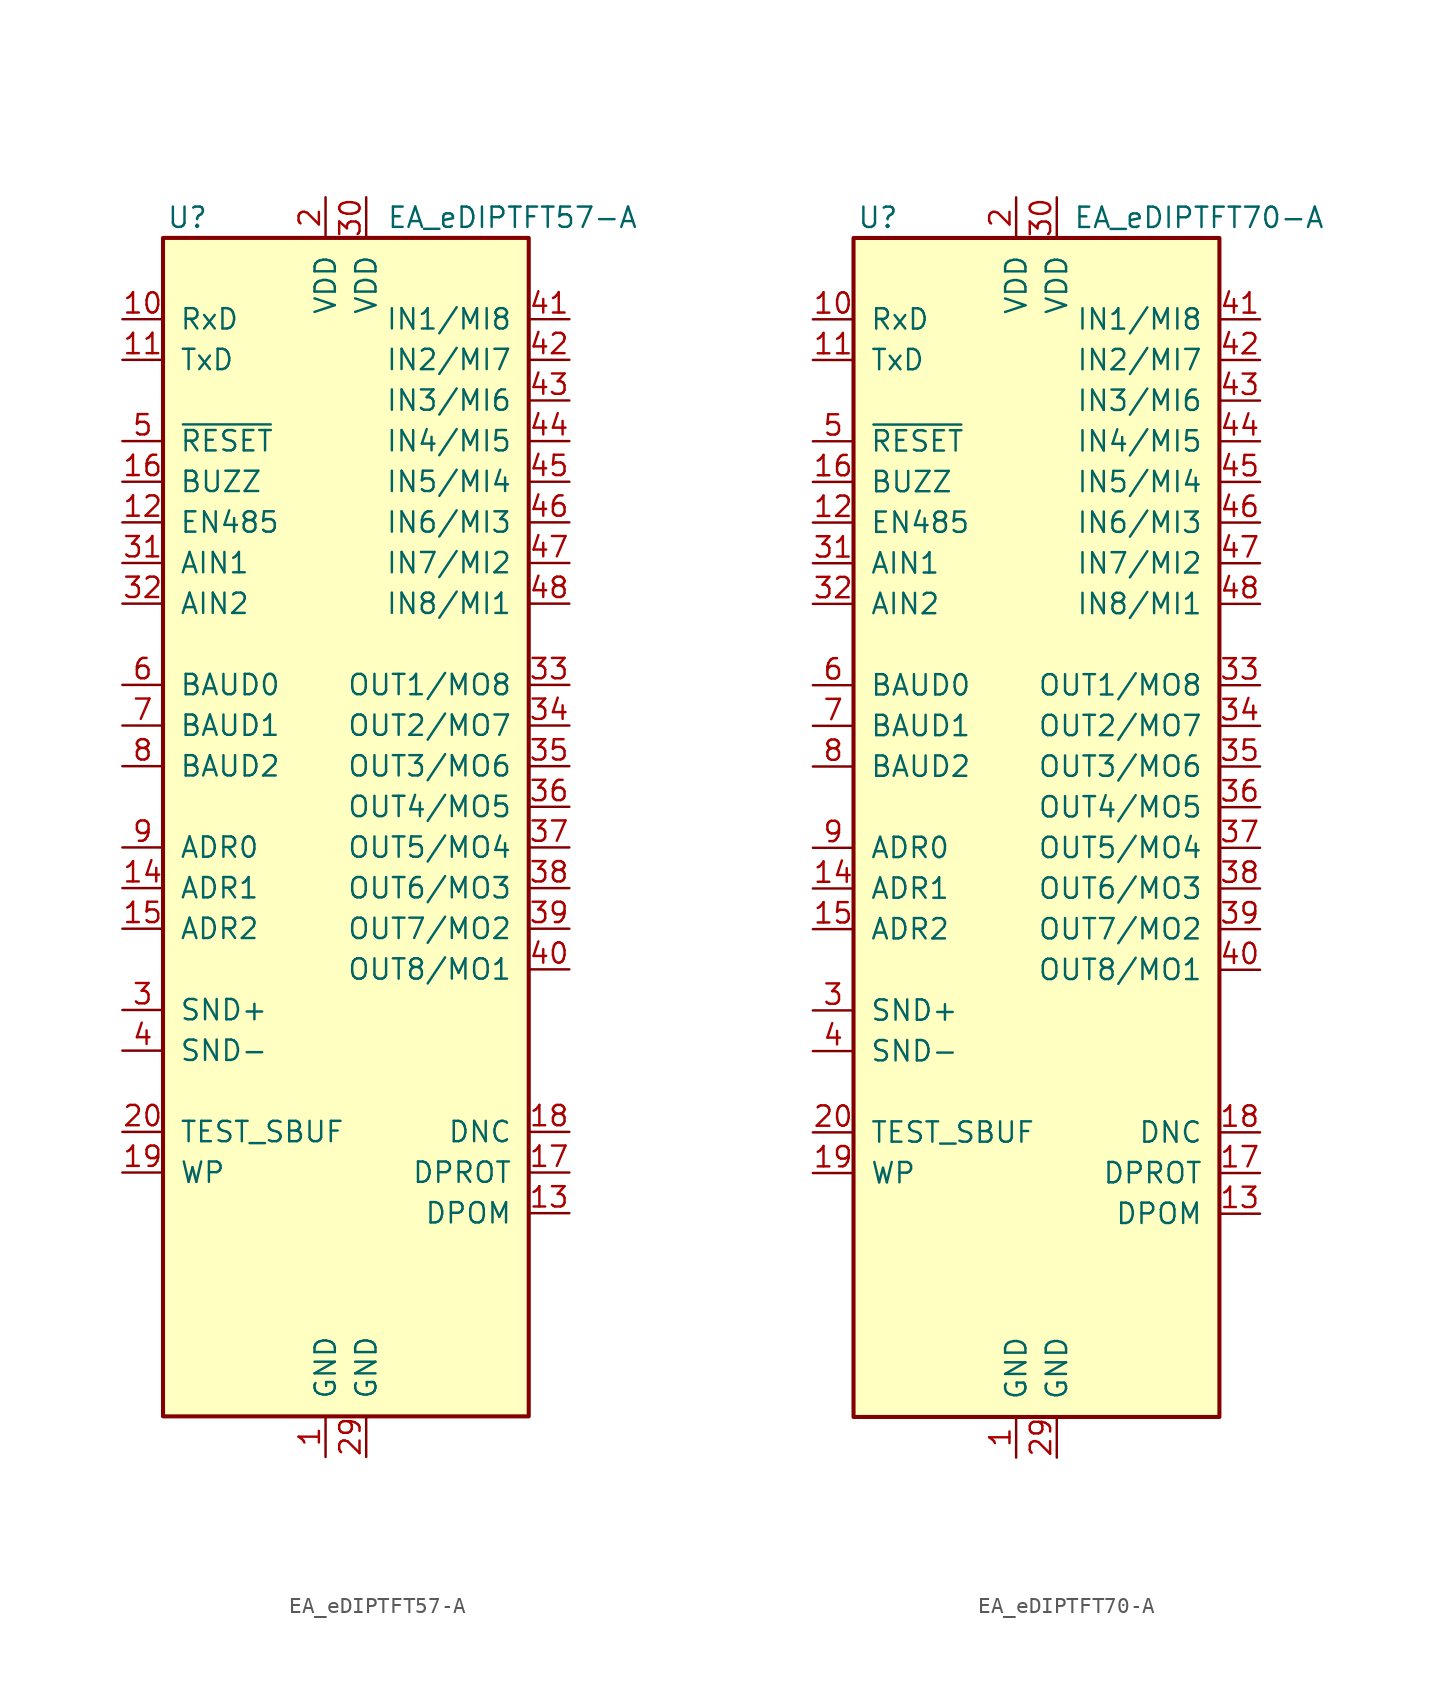
<source format=kicad_sym>
(kicad_symbol_lib
  (version 20211014)
  (generator kicad_symbol_editor)
  (symbol "EA_eDIPTFT57-A"
    (pin_names
      (offset 1.016))
    (property "Reference" "U"
      (at -8.636 36.83 0)
      (effects (font (size 1.27 1.27))))
    (property "Value" "EA_eDIPTFT57-A"
      (at 3.81 36.83 0)
      (effects (font (size 1.27 1.27)) (justify left)))
    (symbol "EA_eDIPTFT57-A_0_1"
      (rectangle (start -10.16 35.56) (end 12.7 -38.1) (stroke (width 0.254) (type default) (color 0 0 0 0)) (fill (type background))))
    (symbol "EA_eDIPTFT57-A_1_1"
      (pin power_in line (at 0 -40.64 90) (length 2.54) (name "GND" (effects (font (size 1.27 1.27)))) (number "1" (effects (font (size 1.27 1.27)))))
      (pin input line (at -12.7 30.48 0) (length 2.54) (name "RxD" (effects (font (size 1.27 1.27)))) (number "10" (effects (font (size 1.27 1.27)))))
      (pin output line (at -12.7 27.94 0) (length 2.54) (name "TxD" (effects (font (size 1.27 1.27)))) (number "11" (effects (font (size 1.27 1.27)))))
      (pin output line (at -12.7 17.78 0) (length 2.54) (name "EN485" (effects (font (size 1.27 1.27)))) (number "12" (effects (font (size 1.27 1.27)))))
      (pin input line (at 15.24 -25.4 180) (length 2.54) (name "DPOM" (effects (font (size 1.27 1.27)))) (number "13" (effects (font (size 1.27 1.27)))))
      (pin input line (at -12.7 -5.08 0) (length 2.54) (name "ADR1" (effects (font (size 1.27 1.27)))) (number "14" (effects (font (size 1.27 1.27)))))
      (pin input line (at -12.7 -7.62 0) (length 2.54) (name "ADR2" (effects (font (size 1.27 1.27)))) (number "15" (effects (font (size 1.27 1.27)))))
      (pin output line (at -12.7 20.32 0) (length 2.54) (name "BUZZ" (effects (font (size 1.27 1.27)))) (number "16" (effects (font (size 1.27 1.27)))))
      (pin input line (at 15.24 -22.86 180) (length 2.54) (name "DPROT" (effects (font (size 1.27 1.27)))) (number "17" (effects (font (size 1.27 1.27)))))
      (pin output line (at 15.24 -20.32 180) (length 2.54) (name "DNC" (effects (font (size 1.27 1.27)))) (number "18" (effects (font (size 1.27 1.27)))))
      (pin input line (at -12.7 -22.86 0) (length 2.54) (name "WP" (effects (font (size 1.27 1.27)))) (number "19" (effects (font (size 1.27 1.27)))))
      (pin power_in line (at 0 38.1 270) (length 2.54) (name "VDD" (effects (font (size 1.27 1.27)))) (number "2" (effects (font (size 1.27 1.27)))))
      (pin bidirectional line (at -12.7 -20.32 0) (length 2.54) (name "TEST_SBUF" (effects (font (size 1.27 1.27)))) (number "20" (effects (font (size 1.27 1.27)))))
      (pin no_connect line (at -10.16 -27.94 0) (length 2.54) hide (name "NC" (effects (font (size 1.27 1.27)))) (number "21" (effects (font (size 1.27 1.27)))))
      (pin no_connect line (at -10.16 -30.48 0) (length 2.54) hide (name "NC" (effects (font (size 1.27 1.27)))) (number "22" (effects (font (size 1.27 1.27)))))
      (pin no_connect line (at -10.16 -33.02 0) (length 2.54) hide (name "NC" (effects (font (size 1.27 1.27)))) (number "23" (effects (font (size 1.27 1.27)))))
      (pin no_connect line (at -10.16 -35.56 0) (length 2.54) hide (name "NC" (effects (font (size 1.27 1.27)))) (number "24" (effects (font (size 1.27 1.27)))))
      (pin no_connect line (at 12.7 -35.56 180) (length 2.54) hide (name "NC" (effects (font (size 1.27 1.27)))) (number "25" (effects (font (size 1.27 1.27)))))
      (pin no_connect line (at 12.7 -33.02 180) (length 2.54) hide (name "NC" (effects (font (size 1.27 1.27)))) (number "26" (effects (font (size 1.27 1.27)))))
      (pin no_connect line (at 12.7 -30.48 180) (length 2.54) hide (name "NC" (effects (font (size 1.27 1.27)))) (number "27" (effects (font (size 1.27 1.27)))))
      (pin no_connect line (at 12.7 -27.94 180) (length 2.54) hide (name "NC" (effects (font (size 1.27 1.27)))) (number "28" (effects (font (size 1.27 1.27)))))
      (pin power_in line (at 2.54 -40.64 90) (length 2.54) (name "GND" (effects (font (size 1.27 1.27)))) (number "29" (effects (font (size 1.27 1.27)))))
      (pin output line (at -12.7 -12.7 0) (length 2.54) (name "SND+" (effects (font (size 1.27 1.27)))) (number "3" (effects (font (size 1.27 1.27)))))
      (pin power_in line (at 2.54 38.1 270) (length 2.54) (name "VDD" (effects (font (size 1.27 1.27)))) (number "30" (effects (font (size 1.27 1.27)))))
      (pin input line (at -12.7 15.24 0) (length 2.54) (name "AIN1" (effects (font (size 1.27 1.27)))) (number "31" (effects (font (size 1.27 1.27)))))
      (pin input line (at -12.7 12.7 0) (length 2.54) (name "AIN2" (effects (font (size 1.27 1.27)))) (number "32" (effects (font (size 1.27 1.27)))))
      (pin output line (at 15.24 7.62 180) (length 2.54) (name "OUT1/MO8" (effects (font (size 1.27 1.27)))) (number "33" (effects (font (size 1.27 1.27)))))
      (pin output line (at 15.24 5.08 180) (length 2.54) (name "OUT2/MO7" (effects (font (size 1.27 1.27)))) (number "34" (effects (font (size 1.27 1.27)))))
      (pin output line (at 15.24 2.54 180) (length 2.54) (name "OUT3/MO6" (effects (font (size 1.27 1.27)))) (number "35" (effects (font (size 1.27 1.27)))))
      (pin output line (at 15.24 0 180) (length 2.54) (name "OUT4/MO5" (effects (font (size 1.27 1.27)))) (number "36" (effects (font (size 1.27 1.27)))))
      (pin output line (at 15.24 -2.54 180) (length 2.54) (name "OUT5/MO4" (effects (font (size 1.27 1.27)))) (number "37" (effects (font (size 1.27 1.27)))))
      (pin output line (at 15.24 -5.08 180) (length 2.54) (name "OUT6/MO3" (effects (font (size 1.27 1.27)))) (number "38" (effects (font (size 1.27 1.27)))))
      (pin output line (at 15.24 -7.62 180) (length 2.54) (name "OUT7/MO2" (effects (font (size 1.27 1.27)))) (number "39" (effects (font (size 1.27 1.27)))))
      (pin input line (at -12.7 -15.24 0) (length 2.54) (name "SND-" (effects (font (size 1.27 1.27)))) (number "4" (effects (font (size 1.27 1.27)))))
      (pin output line (at 15.24 -10.16 180) (length 2.54) (name "OUT8/MO1" (effects (font (size 1.27 1.27)))) (number "40" (effects (font (size 1.27 1.27)))))
      (pin input line (at 15.24 30.48 180) (length 2.54) (name "IN1/MI8" (effects (font (size 1.27 1.27)))) (number "41" (effects (font (size 1.27 1.27)))))
      (pin input line (at 15.24 27.94 180) (length 2.54) (name "IN2/MI7" (effects (font (size 1.27 1.27)))) (number "42" (effects (font (size 1.27 1.27)))))
      (pin input line (at 15.24 25.4 180) (length 2.54) (name "IN3/MI6" (effects (font (size 1.27 1.27)))) (number "43" (effects (font (size 1.27 1.27)))))
      (pin input line (at 15.24 22.86 180) (length 2.54) (name "IN4/MI5" (effects (font (size 1.27 1.27)))) (number "44" (effects (font (size 1.27 1.27)))))
      (pin input line (at 15.24 20.32 180) (length 2.54) (name "IN5/MI4" (effects (font (size 1.27 1.27)))) (number "45" (effects (font (size 1.27 1.27)))))
      (pin input line (at 15.24 17.78 180) (length 2.54) (name "IN6/MI3" (effects (font (size 1.27 1.27)))) (number "46" (effects (font (size 1.27 1.27)))))
      (pin input line (at 15.24 15.24 180) (length 2.54) (name "IN7/MI2" (effects (font (size 1.27 1.27)))) (number "47" (effects (font (size 1.27 1.27)))))
      (pin input line (at 15.24 12.7 180) (length 2.54) (name "IN8/MI1" (effects (font (size 1.27 1.27)))) (number "48" (effects (font (size 1.27 1.27)))))
      (pin input line (at -12.7 22.86 0) (length 2.54) (name "~{RESET}" (effects (font (size 1.27 1.27)))) (number "5" (effects (font (size 1.27 1.27)))))
      (pin input line (at -12.7 7.62 0) (length 2.54) (name "BAUD0" (effects (font (size 1.27 1.27)))) (number "6" (effects (font (size 1.27 1.27)))))
      (pin input line (at -12.7 5.08 0) (length 2.54) (name "BAUD1" (effects (font (size 1.27 1.27)))) (number "7" (effects (font (size 1.27 1.27)))))
      (pin input line (at -12.7 2.54 0) (length 2.54) (name "BAUD2" (effects (font (size 1.27 1.27)))) (number "8" (effects (font (size 1.27 1.27)))))
      (pin input line (at -12.7 -2.54 0) (length 2.54) (name "ADR0" (effects (font (size 1.27 1.27)))) (number "9" (effects (font (size 1.27 1.27)))))))
  (symbol "EA_eDIPTFT70-A"
    (pin_names
      (offset 1.016))
    (property "Reference" "U"
      (at -8.636 36.83 0)
      (effects (font (size 1.27 1.27))))
    (property "Value" "EA_eDIPTFT70-A"
      (at 11.43 36.83 0)
      (effects (font (size 1.27 1.27))))
    (symbol "EA_eDIPTFT70-A_0_1"
      (rectangle (start -10.16 35.56) (end 12.7 -38.1) (stroke (width 0.254) (type default) (color 0 0 0 0)) (fill (type background))))
    (symbol "EA_eDIPTFT70-A_1_1"
      (pin power_in line (at 0 -40.64 90) (length 2.54) (name "GND" (effects (font (size 1.27 1.27)))) (number "1" (effects (font (size 1.27 1.27)))))
      (pin input line (at -12.7 30.48 0) (length 2.54) (name "RxD" (effects (font (size 1.27 1.27)))) (number "10" (effects (font (size 1.27 1.27)))))
      (pin output line (at -12.7 27.94 0) (length 2.54) (name "TxD" (effects (font (size 1.27 1.27)))) (number "11" (effects (font (size 1.27 1.27)))))
      (pin output line (at -12.7 17.78 0) (length 2.54) (name "EN485" (effects (font (size 1.27 1.27)))) (number "12" (effects (font (size 1.27 1.27)))))
      (pin input line (at 15.24 -25.4 180) (length 2.54) (name "DPOM" (effects (font (size 1.27 1.27)))) (number "13" (effects (font (size 1.27 1.27)))))
      (pin input line (at -12.7 -5.08 0) (length 2.54) (name "ADR1" (effects (font (size 1.27 1.27)))) (number "14" (effects (font (size 1.27 1.27)))))
      (pin input line (at -12.7 -7.62 0) (length 2.54) (name "ADR2" (effects (font (size 1.27 1.27)))) (number "15" (effects (font (size 1.27 1.27)))))
      (pin output line (at -12.7 20.32 0) (length 2.54) (name "BUZZ" (effects (font (size 1.27 1.27)))) (number "16" (effects (font (size 1.27 1.27)))))
      (pin input line (at 15.24 -22.86 180) (length 2.54) (name "DPROT" (effects (font (size 1.27 1.27)))) (number "17" (effects (font (size 1.27 1.27)))))
      (pin output line (at 15.24 -20.32 180) (length 2.54) (name "DNC" (effects (font (size 1.27 1.27)))) (number "18" (effects (font (size 1.27 1.27)))))
      (pin input line (at -12.7 -22.86 0) (length 2.54) (name "WP" (effects (font (size 1.27 1.27)))) (number "19" (effects (font (size 1.27 1.27)))))
      (pin power_in line (at 0 38.1 270) (length 2.54) (name "VDD" (effects (font (size 1.27 1.27)))) (number "2" (effects (font (size 1.27 1.27)))))
      (pin bidirectional line (at -12.7 -20.32 0) (length 2.54) (name "TEST_SBUF" (effects (font (size 1.27 1.27)))) (number "20" (effects (font (size 1.27 1.27)))))
      (pin no_connect line (at -10.16 -27.94 0) (length 2.54) hide (name "NC" (effects (font (size 1.27 1.27)))) (number "21" (effects (font (size 1.27 1.27)))))
      (pin no_connect line (at -10.16 -30.48 0) (length 2.54) hide (name "NC" (effects (font (size 1.27 1.27)))) (number "22" (effects (font (size 1.27 1.27)))))
      (pin no_connect line (at -10.16 -33.02 0) (length 2.54) hide (name "NC" (effects (font (size 1.27 1.27)))) (number "23" (effects (font (size 1.27 1.27)))))
      (pin no_connect line (at -10.16 -35.56 0) (length 2.54) hide (name "NC" (effects (font (size 1.27 1.27)))) (number "24" (effects (font (size 1.27 1.27)))))
      (pin no_connect line (at 12.7 -35.56 180) (length 2.54) hide (name "NC" (effects (font (size 1.27 1.27)))) (number "25" (effects (font (size 1.27 1.27)))))
      (pin no_connect line (at 12.7 -33.02 180) (length 2.54) hide (name "NC" (effects (font (size 1.27 1.27)))) (number "26" (effects (font (size 1.27 1.27)))))
      (pin no_connect line (at 12.7 -30.48 180) (length 2.54) hide (name "NC" (effects (font (size 1.27 1.27)))) (number "27" (effects (font (size 1.27 1.27)))))
      (pin no_connect line (at 12.7 -27.94 180) (length 2.54) hide (name "NC" (effects (font (size 1.27 1.27)))) (number "28" (effects (font (size 1.27 1.27)))))
      (pin power_in line (at 2.54 -40.64 90) (length 2.54) (name "GND" (effects (font (size 1.27 1.27)))) (number "29" (effects (font (size 1.27 1.27)))))
      (pin output line (at -12.7 -12.7 0) (length 2.54) (name "SND+" (effects (font (size 1.27 1.27)))) (number "3" (effects (font (size 1.27 1.27)))))
      (pin power_in line (at 2.54 38.1 270) (length 2.54) (name "VDD" (effects (font (size 1.27 1.27)))) (number "30" (effects (font (size 1.27 1.27)))))
      (pin input line (at -12.7 15.24 0) (length 2.54) (name "AIN1" (effects (font (size 1.27 1.27)))) (number "31" (effects (font (size 1.27 1.27)))))
      (pin input line (at -12.7 12.7 0) (length 2.54) (name "AIN2" (effects (font (size 1.27 1.27)))) (number "32" (effects (font (size 1.27 1.27)))))
      (pin output line (at 15.24 7.62 180) (length 2.54) (name "OUT1/MO8" (effects (font (size 1.27 1.27)))) (number "33" (effects (font (size 1.27 1.27)))))
      (pin output line (at 15.24 5.08 180) (length 2.54) (name "OUT2/MO7" (effects (font (size 1.27 1.27)))) (number "34" (effects (font (size 1.27 1.27)))))
      (pin output line (at 15.24 2.54 180) (length 2.54) (name "OUT3/MO6" (effects (font (size 1.27 1.27)))) (number "35" (effects (font (size 1.27 1.27)))))
      (pin output line (at 15.24 0 180) (length 2.54) (name "OUT4/MO5" (effects (font (size 1.27 1.27)))) (number "36" (effects (font (size 1.27 1.27)))))
      (pin output line (at 15.24 -2.54 180) (length 2.54) (name "OUT5/MO4" (effects (font (size 1.27 1.27)))) (number "37" (effects (font (size 1.27 1.27)))))
      (pin output line (at 15.24 -5.08 180) (length 2.54) (name "OUT6/MO3" (effects (font (size 1.27 1.27)))) (number "38" (effects (font (size 1.27 1.27)))))
      (pin output line (at 15.24 -7.62 180) (length 2.54) (name "OUT7/MO2" (effects (font (size 1.27 1.27)))) (number "39" (effects (font (size 1.27 1.27)))))
      (pin input line (at -12.7 -15.24 0) (length 2.54) (name "SND-" (effects (font (size 1.27 1.27)))) (number "4" (effects (font (size 1.27 1.27)))))
      (pin output line (at 15.24 -10.16 180) (length 2.54) (name "OUT8/MO1" (effects (font (size 1.27 1.27)))) (number "40" (effects (font (size 1.27 1.27)))))
      (pin input line (at 15.24 30.48 180) (length 2.54) (name "IN1/MI8" (effects (font (size 1.27 1.27)))) (number "41" (effects (font (size 1.27 1.27)))))
      (pin input line (at 15.24 27.94 180) (length 2.54) (name "IN2/MI7" (effects (font (size 1.27 1.27)))) (number "42" (effects (font (size 1.27 1.27)))))
      (pin input line (at 15.24 25.4 180) (length 2.54) (name "IN3/MI6" (effects (font (size 1.27 1.27)))) (number "43" (effects (font (size 1.27 1.27)))))
      (pin input line (at 15.24 22.86 180) (length 2.54) (name "IN4/MI5" (effects (font (size 1.27 1.27)))) (number "44" (effects (font (size 1.27 1.27)))))
      (pin input line (at 15.24 20.32 180) (length 2.54) (name "IN5/MI4" (effects (font (size 1.27 1.27)))) (number "45" (effects (font (size 1.27 1.27)))))
      (pin input line (at 15.24 17.78 180) (length 2.54) (name "IN6/MI3" (effects (font (size 1.27 1.27)))) (number "46" (effects (font (size 1.27 1.27)))))
      (pin input line (at 15.24 15.24 180) (length 2.54) (name "IN7/MI2" (effects (font (size 1.27 1.27)))) (number "47" (effects (font (size 1.27 1.27)))))
      (pin input line (at 15.24 12.7 180) (length 2.54) (name "IN8/MI1" (effects (font (size 1.27 1.27)))) (number "48" (effects (font (size 1.27 1.27)))))
      (pin input line (at -12.7 22.86 0) (length 2.54) (name "~{RESET}" (effects (font (size 1.27 1.27)))) (number "5" (effects (font (size 1.27 1.27)))))
      (pin input line (at -12.7 7.62 0) (length 2.54) (name "BAUD0" (effects (font (size 1.27 1.27)))) (number "6" (effects (font (size 1.27 1.27)))))
      (pin input line (at -12.7 5.08 0) (length 2.54) (name "BAUD1" (effects (font (size 1.27 1.27)))) (number "7" (effects (font (size 1.27 1.27)))))
      (pin input line (at -12.7 2.54 0) (length 2.54) (name "BAUD2" (effects (font (size 1.27 1.27)))) (number "8" (effects (font (size 1.27 1.27)))))
      (pin input line (at -12.7 -2.54 0) (length 2.54) (name "ADR0" (effects (font (size 1.27 1.27)))) (number "9" (effects (font (size 1.27 1.27))))))))
</source>
